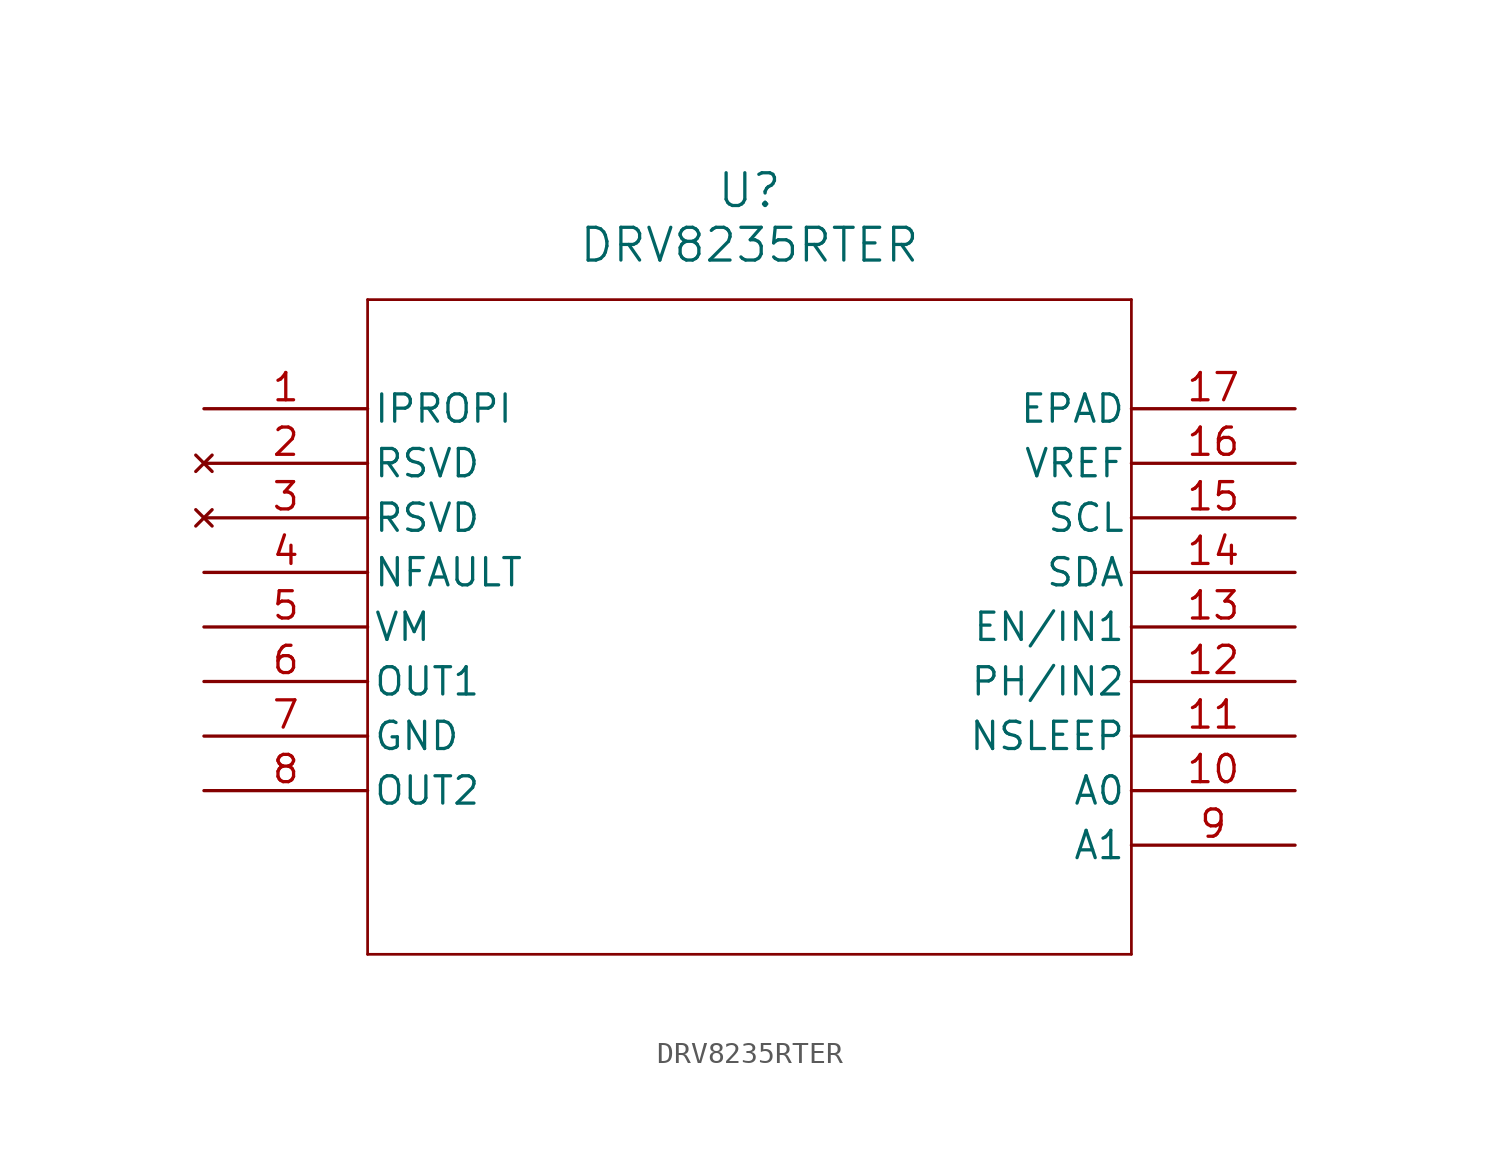
<source format=kicad_sym>
(kicad_symbol_lib
  (version 20231120)
  (generator "kicad_symbol_editor")
  (generator_version "8.0")
  (symbol "DRV8235RTER"
    (pin_names
      (offset 0.254))
    (property "Reference" "U"
      (at 25.4 10.16 0)
      (effects (font (size 1.524 1.524))))
    (property "Value" "DRV8235RTER"
      (at 25.4 7.62 0)
      (effects (font (size 1.524 1.524))))
    (symbol "DRV8235RTER_0_1"
      (polyline (pts (xy 7.62 -25.4) (xy 43.18 -25.4)) (stroke (width 0.127) (type default)) (fill (type none)))
      (polyline (pts (xy 7.62 5.08) (xy 7.62 -25.4)) (stroke (width 0.127) (type default)) (fill (type none)))
      (polyline (pts (xy 43.18 -25.4) (xy 43.18 5.08)) (stroke (width 0.127) (type default)) (fill (type none)))
      (polyline (pts (xy 43.18 5.08) (xy 7.62 5.08)) (stroke (width 0.127) (type default)) (fill (type none)))
      (pin power_in line (at 0 0 0) (length 7.62) (name "IPROPI" (effects (font (size 1.27 1.27)))) (number "1" (effects (font (size 1.27 1.27)))))
      (pin input line (at 50.8 -17.78 180) (length 7.62) (name "A0" (effects (font (size 1.27 1.27)))) (number "10" (effects (font (size 1.27 1.27)))))
      (pin input line (at 50.8 -15.24 180) (length 7.62) (name "NSLEEP" (effects (font (size 1.27 1.27)))) (number "11" (effects (font (size 1.27 1.27)))))
      (pin input line (at 50.8 -12.7 180) (length 7.62) (name "PH/IN2" (effects (font (size 1.27 1.27)))) (number "12" (effects (font (size 1.27 1.27)))))
      (pin input line (at 50.8 -10.16 180) (length 7.62) (name "EN/IN1" (effects (font (size 1.27 1.27)))) (number "13" (effects (font (size 1.27 1.27)))))
      (pin input line (at 50.8 -7.62 180) (length 7.62) (name "SDA" (effects (font (size 1.27 1.27)))) (number "14" (effects (font (size 1.27 1.27)))))
      (pin input line (at 50.8 -5.08 180) (length 7.62) (name "SCL" (effects (font (size 1.27 1.27)))) (number "15" (effects (font (size 1.27 1.27)))))
      (pin input line (at 50.8 -2.54 180) (length 7.62) (name "VREF" (effects (font (size 1.27 1.27)))) (number "16" (effects (font (size 1.27 1.27)))))
      (pin power_out line (at 50.8 0 180) (length 7.62) (name "EPAD" (effects (font (size 1.27 1.27)))) (number "17" (effects (font (size 1.27 1.27)))))
      (pin no_connect line (at 0 -2.54 0) (length 7.62) (name "RSVD" (effects (font (size 1.27 1.27)))) (number "2" (effects (font (size 1.27 1.27)))))
      (pin no_connect line (at 0 -5.08 0) (length 7.62) (name "RSVD" (effects (font (size 1.27 1.27)))) (number "3" (effects (font (size 1.27 1.27)))))
      (pin output line (at 0 -7.62 0) (length 7.62) (name "NFAULT" (effects (font (size 1.27 1.27)))) (number "4" (effects (font (size 1.27 1.27)))))
      (pin power_in line (at 0 -10.16 0) (length 7.62) (name "VM" (effects (font (size 1.27 1.27)))) (number "5" (effects (font (size 1.27 1.27)))))
      (pin output line (at 0 -12.7 0) (length 7.62) (name "OUT1" (effects (font (size 1.27 1.27)))) (number "6" (effects (font (size 1.27 1.27)))))
      (pin power_out line (at 0 -15.24 0) (length 7.62) (name "GND" (effects (font (size 1.27 1.27)))) (number "7" (effects (font (size 1.27 1.27)))))
      (pin output line (at 0 -17.78 0) (length 7.62) (name "OUT2" (effects (font (size 1.27 1.27)))) (number "8" (effects (font (size 1.27 1.27)))))
      (pin input line (at 50.8 -20.32 180) (length 7.62) (name "A1" (effects (font (size 1.27 1.27)))) (number "9" (effects (font (size 1.27 1.27))))))))
</source>
